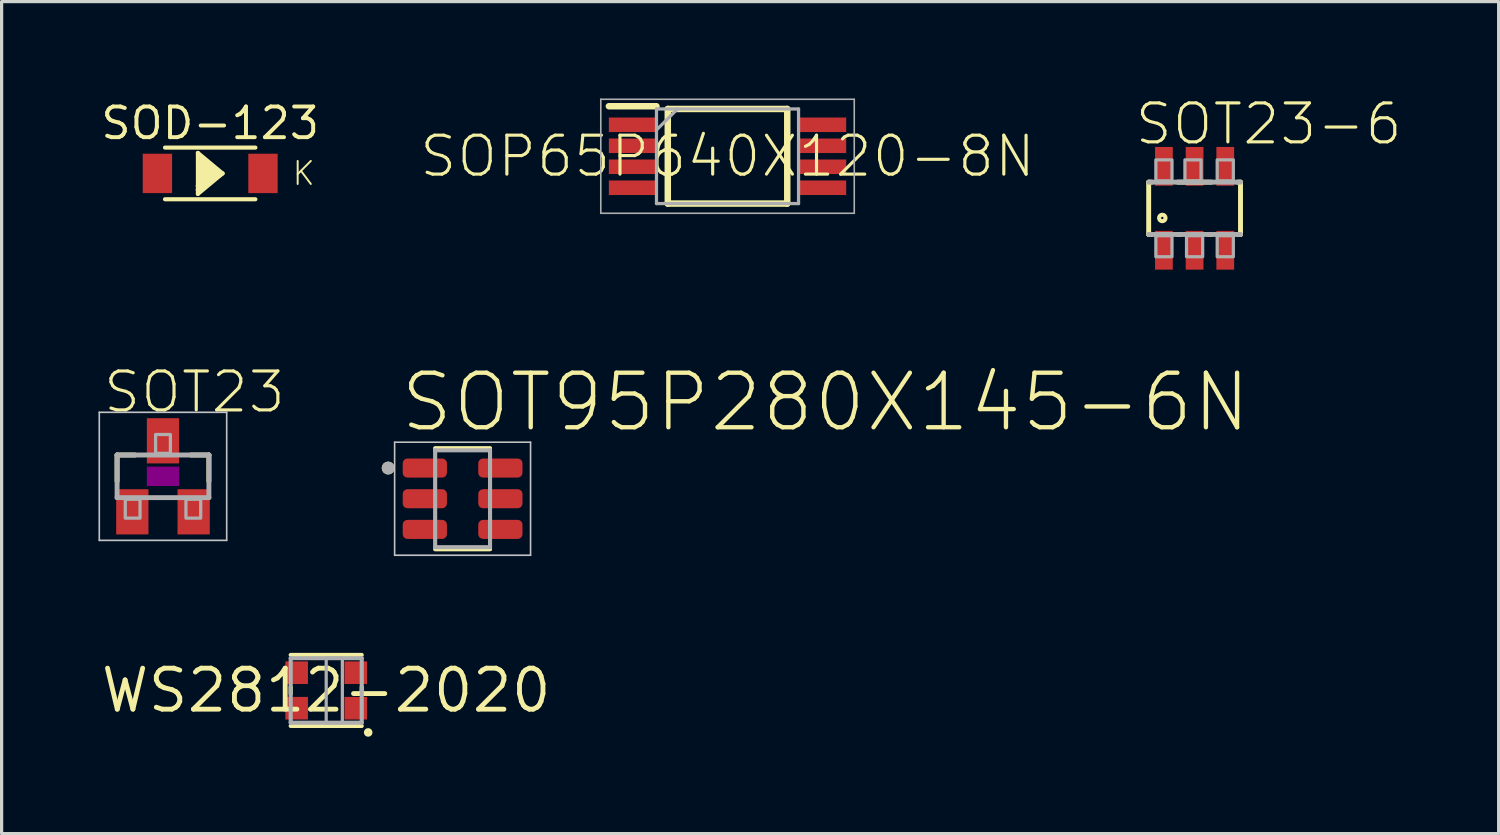
<source format=kicad_pcb>
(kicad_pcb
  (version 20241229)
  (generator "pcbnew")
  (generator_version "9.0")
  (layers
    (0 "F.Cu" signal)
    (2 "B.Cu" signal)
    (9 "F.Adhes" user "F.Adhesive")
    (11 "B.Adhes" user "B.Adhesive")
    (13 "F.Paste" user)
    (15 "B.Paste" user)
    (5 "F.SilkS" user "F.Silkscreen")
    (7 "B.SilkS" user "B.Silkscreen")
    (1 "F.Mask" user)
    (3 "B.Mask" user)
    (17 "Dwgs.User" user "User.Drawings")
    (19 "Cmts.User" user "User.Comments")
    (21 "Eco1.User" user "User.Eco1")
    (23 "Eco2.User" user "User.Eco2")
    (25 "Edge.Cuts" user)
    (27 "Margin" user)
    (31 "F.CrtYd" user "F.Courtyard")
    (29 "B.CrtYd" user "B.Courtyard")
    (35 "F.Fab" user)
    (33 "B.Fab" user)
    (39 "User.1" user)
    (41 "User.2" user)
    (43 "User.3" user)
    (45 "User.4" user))
  (footprint "SOP65P640X120-8N"
    (layer "F.Cu")
    (at 19.482 1.79)
    (property "Reference" "SOP65P640X120-8N" (at 0 0 0) (layer "F.SilkS") (effects (font (size 1.206 1.206) (thickness 0.097))))
    (attr through_hole)
    (fp_line (start -3.675 -1.55) (end -2.2 -1.55) (stroke (width 0.2) (type solid)) (layer "F.SilkS"))
    (fp_line (start -1.85 -1.465) (end 1.85 -1.465) (stroke (width 0.2) (type solid)) (layer "F.SilkS"))
    (fp_line (start -1.85 1.465) (end -1.85 -1.465) (stroke (width 0.2) (type solid)) (layer "F.SilkS"))
    (fp_line (start 1.85 -1.465) (end 1.85 1.465) (stroke (width 0.2) (type solid)) (layer "F.SilkS"))
    (fp_line (start 1.85 1.465) (end -1.85 1.465) (stroke (width 0.2) (type solid)) (layer "F.SilkS"))
    (fp_line (start -3.925 -1.765) (end 3.925 -1.765) (stroke (width 0.05) (type solid)) (layer "F.Fab"))
    (fp_line (start -3.925 1.765) (end -3.925 -1.765) (stroke (width 0.05) (type solid)) (layer "F.Fab"))
    (fp_line (start -2.2 -1.465) (end 2.2 -1.465) (stroke (width 0.1) (type solid)) (layer "F.Fab"))
    (fp_line (start -2.2 -0.815) (end -1.55 -1.465) (stroke (width 0.1) (type solid)) (layer "F.Fab"))
    (fp_line (start -2.2 1.465) (end -2.2 -1.465) (stroke (width 0.1) (type solid)) (layer "F.Fab"))
    (fp_line (start 2.2 -1.465) (end 2.2 1.465) (stroke (width 0.1) (type solid)) (layer "F.Fab"))
    (fp_line (start 2.2 1.465) (end -2.2 1.465) (stroke (width 0.1) (type solid)) (layer "F.Fab"))
    (fp_line (start 3.925 -1.765) (end 3.925 1.765) (stroke (width 0.05) (type solid)) (layer "F.Fab"))
    (fp_line (start 3.925 1.765) (end -3.925 1.765) (stroke (width 0.05) (type solid)) (layer "F.Fab"))
    (pad "1" smd rect (at -2.938 -0.975) (size 1.475 0.45) (layers "F.Cu" "F.Mask" "F.Paste"))
    (pad "2" smd rect (at -2.938 -0.325) (size 1.475 0.45) (layers "F.Cu" "F.Mask" "F.Paste"))
    (pad "3" smd rect (at -2.938 0.325) (size 1.475 0.45) (layers "F.Cu" "F.Mask" "F.Paste"))
    (pad "4" smd rect (at -2.938 0.975) (size 1.475 0.45) (layers "F.Cu" "F.Mask" "F.Paste"))
    (pad "5" smd rect (at 2.938 0.975) (size 1.475 0.45) (layers "F.Cu" "F.Mask" "F.Paste"))
    (pad "6" smd rect (at 2.938 0.325) (size 1.475 0.45) (layers "F.Cu" "F.Mask" "F.Paste"))
    (pad "7" smd rect (at 2.938 -0.325) (size 1.475 0.45) (layers "F.Cu" "F.Mask" "F.Paste"))
    (pad "8" smd rect (at 2.938 -0.975) (size 1.475 0.45) (layers "F.Cu" "F.Mask" "F.Paste")))
  (footprint "WS2812-2020"
    (layer "F.Cu")
    (at 7.053 18.334)
    (property "Reference" "WS2812-2020" (at 0 0 0) (layer "F.SilkS") (effects (font (size 1.27 1.27) (thickness 0.15))))
    (attr through_hole)
    (fp_line (start -1.1 -1.1) (end 1.1 -1.1) (stroke (width 0.127) (type solid)) (layer "F.SilkS"))
    (fp_line (start -1.1 0.1) (end -1.1 -0.1) (stroke (width 0.127) (type solid)) (layer "F.SilkS"))
    (fp_line (start 1.1 0.1) (end 1.1 -0.1) (stroke (width 0.127) (type solid)) (layer "F.SilkS"))
    (fp_line (start 1.1 1.1) (end -1.1 1.1) (stroke (width 0.127) (type solid)) (layer "F.SilkS"))
    (fp_circle (center 1.3 1.3) (end 1.37 1.3) (stroke (width 0.127) (type solid)) (fill no) (layer "F.SilkS"))
    (fp_line (start -1.1 -1) (end -1.1 1) (stroke (width 0.127) (type solid)) (layer "F.Fab"))
    (fp_line (start -1.1 1) (end 1.1 1) (stroke (width 0.127) (type solid)) (layer "F.Fab"))
    (fp_line (start 1.1 -1) (end -1.1 -1) (stroke (width 0.127) (type solid)) (layer "F.Fab"))
    (fp_line (start 1.1 1) (end 1.1 -1) (stroke (width 0.127) (type solid)) (layer "F.Fab"))
    (fp_poly (pts (xy 0 1) (xy 0.5 1) (xy 0.5 -1) (xy 0 -1)) (stroke (width 0.1) (type solid)) (fill no) (layer "F.Fab"))
    (pad "DI" smd rect (at -0.915 -0.55) (size 0.7 0.7) (layers "F.Cu" "F.Mask" "F.Paste"))
    (pad "DO" smd rect (at 0.915 0.55) (size 0.7 0.7) (layers "F.Cu" "F.Mask" "F.Paste"))
    (pad "GND" smd rect (at 0.915 -0.55) (size 0.7 0.7) (layers "F.Cu" "F.Mask" "F.Paste"))
    (pad "VCC" smd rect (at -0.915 0.55) (size 0.7 0.7) (layers "F.Cu" "F.Mask" "F.Paste")))
  (footprint "SOT23-6"
    (layer "F.Cu")
    (at 33.948 3.401)
    (property "Reference" "SOT23-6" (at -1.905 -1.905 0) (layer "F.SilkS") (effects (font (size 1.206 1.206) (thickness 0.097)) (justify left bottom)))
    (attr through_hole)
    (fp_line (start -1.422 -0.81) (end -1.328 -0.81) (stroke (width 0.152) (type solid)) (layer "F.SilkS"))
    (fp_line (start -1.422 0.81) (end -1.422 -0.81) (stroke (width 0.152) (type solid)) (layer "F.SilkS"))
    (fp_line (start -1.328 0.81) (end -1.422 0.81) (stroke (width 0.152) (type solid)) (layer "F.SilkS"))
    (fp_line (start -0.522 -0.81) (end 0.522 -0.81) (stroke (width 0.152) (type solid)) (layer "F.SilkS"))
    (fp_line (start -0.428 0.81) (end -0.522 0.81) (stroke (width 0.152) (type solid)) (layer "F.SilkS"))
    (fp_line (start 0.522 0.81) (end 0.428 0.81) (stroke (width 0.152) (type solid)) (layer "F.SilkS"))
    (fp_line (start 1.328 -0.81) (end 1.422 -0.81) (stroke (width 0.152) (type solid)) (layer "F.SilkS"))
    (fp_line (start 1.422 -0.81) (end 1.422 0.81) (stroke (width 0.152) (type solid)) (layer "F.SilkS"))
    (fp_line (start 1.422 0.81) (end 1.328 0.81) (stroke (width 0.152) (type solid)) (layer "F.SilkS"))
    (fp_circle (center -1 0.3) (end -0.9 0.3) (stroke (width 0.127) (type solid)) (fill no) (layer "F.SilkS"))
    (fp_line (start -1.422 -0.81) (end 1.422 -0.81) (stroke (width 0.152) (type solid)) (layer "F.Fab"))
    (fp_line (start 1.422 0.81) (end -1.422 0.81) (stroke (width 0.152) (type solid)) (layer "F.Fab"))
    (fp_poly (pts (xy -1.2 -0.85) (xy -0.7 -0.85) (xy -0.7 -1.5) (xy -1.2 -1.5)) (stroke (width 0.1) (type solid)) (fill no) (layer "F.Fab"))
    (fp_poly (pts (xy -1.2 1.5) (xy -0.7 1.5) (xy -0.7 0.85) (xy -1.2 0.85)) (stroke (width 0.1) (type solid)) (fill no) (layer "F.Fab"))
    (fp_poly (pts (xy -0.3 -0.85) (xy 0.2 -0.85) (xy 0.2 -1.5) (xy -0.3 -1.5)) (stroke (width 0.1) (type solid)) (fill no) (layer "F.Fab"))
    (fp_poly (pts (xy -0.25 1.5) (xy 0.25 1.5) (xy 0.25 0.85) (xy -0.25 0.85)) (stroke (width 0.1) (type solid)) (fill no) (layer "F.Fab"))
    (fp_poly (pts (xy 0.7 -0.85) (xy 1.2 -0.85) (xy 1.2 -1.5) (xy 0.7 -1.5)) (stroke (width 0.1) (type solid)) (fill no) (layer "F.Fab"))
    (fp_poly (pts (xy 0.7 1.5) (xy 1.2 1.5) (xy 1.2 0.85) (xy 0.7 0.85)) (stroke (width 0.1) (type solid)) (fill no) (layer "F.Fab"))
    (pad "1" smd rect (at -0.95 1.3) (size 0.55 1.2) (layers "F.Cu" "F.Mask" "F.Paste"))
    (pad "2" smd rect (at 0 1.3) (size 0.55 1.2) (layers "F.Cu" "F.Mask" "F.Paste"))
    (pad "3" smd rect (at 0.95 1.3) (size 0.55 1.2) (layers "F.Cu" "F.Mask" "F.Paste"))
    (pad "4" smd rect (at 0.95 -1.3) (size 0.55 1.2) (layers "F.Cu" "F.Mask" "F.Paste"))
    (pad "5" smd rect (at 0 -1.3) (size 0.55 1.2) (layers "F.Cu" "F.Mask" "F.Paste"))
    (pad "6" smd rect (at -0.95 -1.3) (size 0.55 1.2) (layers "F.Cu" "F.Mask" "F.Paste")))
  (footprint "SOT95P280X145-6N"
    (layer "F.Cu")
    (at 11.277 12.396)
    (property "Reference" "SOT95P280X145-6N" (at -2 -2 0) (layer "F.SilkS") (effects (font (size 1.689 1.689) (thickness 0.135)) (justify left bottom)))
    (attr through_hole)
    (fp_line (start -0.85 -1.565) (end 0.85 -1.565) (stroke (width 0.127) (type solid)) (layer "F.SilkS"))
    (fp_line (start 0.85 1.565) (end -0.85 1.565) (stroke (width 0.127) (type solid)) (layer "F.SilkS"))
    (fp_circle (center -2.305 -0.95) (end -2.205 -0.95) (stroke (width 0.2) (type solid)) (fill no) (layer "F.SilkS"))
    (fp_line (start -2.105 -1.75) (end 2.105 -1.75) (stroke (width 0.05) (type solid)) (layer "Dwgs.User"))
    (fp_line (start -2.105 1.75) (end -2.105 -1.75) (stroke (width 0.05) (type solid)) (layer "Dwgs.User"))
    (fp_line (start 2.105 -1.75) (end 2.105 1.75) (stroke (width 0.05) (type solid)) (layer "Dwgs.User"))
    (fp_line (start 2.105 1.75) (end -2.105 1.75) (stroke (width 0.05) (type solid)) (layer "Dwgs.User"))
    (fp_line (start -0.85 -1.5) (end 0.85 -1.5) (stroke (width 0.127) (type solid)) (layer "F.Fab"))
    (fp_line (start -0.85 1.5) (end -0.85 -1.5) (stroke (width 0.127) (type solid)) (layer "F.Fab"))
    (fp_line (start 0.85 -1.5) (end 0.85 1.5) (stroke (width 0.127) (type solid)) (layer "F.Fab"))
    (fp_line (start 0.85 1.5) (end -0.85 1.5) (stroke (width 0.127) (type solid)) (layer "F.Fab"))
    (fp_circle (center -2.305 -0.95) (end -2.205 -0.95) (stroke (width 0.2) (type solid)) (fill no) (layer "F.Fab"))
    (pad "1" smd roundrect (at -1.17 -0.95) (size 1.37 0.59) (layers "F.Cu" "F.Mask" "F.Paste") (roundrect_rratio 0.25))
    (pad "2" smd roundrect (at -1.17 0) (size 1.37 0.59) (layers "F.Cu" "F.Mask" "F.Paste") (roundrect_rratio 0.25))
    (pad "3" smd roundrect (at -1.17 0.95) (size 1.37 0.59) (layers "F.Cu" "F.Mask" "F.Paste") (roundrect_rratio 0.25))
    (pad "4" smd roundrect (at 1.17 0.95 180) (size 1.37 0.59) (layers "F.Cu" "F.Mask" "F.Paste") (roundrect_rratio 0.25))
    (pad "5" smd roundrect (at 1.17 0 180) (size 1.37 0.59) (layers "F.Cu" "F.Mask" "F.Paste") (roundrect_rratio 0.25))
    (pad "6" smd roundrect (at 1.17 -0.95 180) (size 1.37 0.59) (layers "F.Cu" "F.Mask" "F.Paste") (roundrect_rratio 0.25)))
  (footprint "SOT23"
    (layer "F.Cu")
    (at 1.998 11.702)
    (property "Reference" "SOT23" (at -1.905 -1.905 0) (layer "F.SilkS") (effects (font (size 1.206 1.206) (thickness 0.097)) (justify left bottom)))
    (attr through_hole)
    (fp_line (start -1.422 -0.66) (end -0.864 -0.66) (stroke (width 0.152) (type solid)) (layer "F.SilkS"))
    (fp_line (start -1.422 0.152) (end -1.422 -0.66) (stroke (width 0.152) (type solid)) (layer "F.SilkS"))
    (fp_line (start 0.864 -0.66) (end 1.422 -0.66) (stroke (width 0.152) (type solid)) (layer "F.SilkS"))
    (fp_line (start 1.422 -0.66) (end 1.422 0.152) (stroke (width 0.152) (type solid)) (layer "F.SilkS"))
    (fp_poly (pts (xy -0.5 0.3) (xy 0.5 0.3) (xy 0.5 -0.3) (xy -0.5 -0.3)) (stroke (width 0) (type solid)) (fill yes) (layer "F.Adhes"))
    (fp_line (start -1.973 -1.983) (end 1.973 -1.983) (stroke (width 0.051) (type solid)) (layer "Dwgs.User"))
    (fp_line (start -1.973 1.983) (end -1.973 -1.983) (stroke (width 0.051) (type solid)) (layer "Dwgs.User"))
    (fp_line (start 1.973 -1.983) (end 1.973 1.983) (stroke (width 0.051) (type solid)) (layer "Dwgs.User"))
    (fp_line (start 1.973 1.983) (end -1.973 1.983) (stroke (width 0.051) (type solid)) (layer "Dwgs.User"))
    (fp_line (start -1.422 -0.66) (end 1.422 -0.66) (stroke (width 0.152) (type solid)) (layer "F.Fab"))
    (fp_line (start -1.422 0.66) (end -1.422 -0.66) (stroke (width 0.152) (type solid)) (layer "F.Fab"))
    (fp_line (start 1.422 -0.66) (end 1.422 0.66) (stroke (width 0.152) (type solid)) (layer "F.Fab"))
    (fp_line (start 1.422 0.66) (end -1.422 0.66) (stroke (width 0.152) (type solid)) (layer "F.Fab"))
    (fp_poly (pts (xy -1.168 1.295) (xy -0.711 1.295) (xy -0.711 0.711) (xy -1.168 0.711)) (stroke (width 0.1) (type solid)) (fill no) (layer "F.Fab"))
    (fp_poly (pts (xy -0.229 -0.711) (xy 0.229 -0.711) (xy 0.229 -1.295) (xy -0.229 -1.295)) (stroke (width 0.1) (type solid)) (fill no) (layer "F.Fab"))
    (fp_poly (pts (xy 0.711 1.295) (xy 1.168 1.295) (xy 1.168 0.711) (xy 0.711 0.711)) (stroke (width 0.1) (type solid)) (fill no) (layer "F.Fab"))
    (pad "1" smd rect (at -0.95 1.1) (size 1 1.4) (layers "F.Cu" "F.Mask" "F.Paste"))
    (pad "2" smd rect (at 0.95 1.1) (size 1 1.4) (layers "F.Cu" "F.Mask" "F.Paste"))
    (pad "3" smd rect (at 0 -1.1) (size 1 1.4) (layers "F.Cu" "F.Mask" "F.Paste")))
  (footprint "SOD-123"
    (layer "F.Cu")
    (at 3.46 2.321)
    (property "Reference" "SOD-123" (at 0 -1 0) (layer "F.SilkS") (effects (font (size 0.95 0.95) (thickness 0.123)) (justify bottom)))
    (attr through_hole)
    (fp_line (start -1.4 -0.8) (end 1.4 -0.8) (stroke (width 0.127) (type solid)) (layer "F.SilkS"))
    (fp_line (start -0.381 -0.635) (end 0.381 0) (stroke (width 0.127) (type solid)) (layer "F.SilkS"))
    (fp_line (start -0.381 0.381) (end -0.381 -0.635) (stroke (width 0.127) (type solid)) (layer "F.SilkS"))
    (fp_line (start -0.381 0.381) (end -0.254 -0.381) (stroke (width 0.127) (type solid)) (layer "F.SilkS"))
    (fp_line (start -0.381 0.508) (end -0.381 0.381) (stroke (width 0.127) (type solid)) (layer "F.SilkS"))
    (fp_line (start -0.381 0.508) (end -0.254 -0.508) (stroke (width 0.127) (type solid)) (layer "F.SilkS"))
    (fp_line (start -0.381 0.635) (end -0.381 0.508) (stroke (width 0.127) (type solid)) (layer "F.SilkS"))
    (fp_line (start -0.254 -0.508) (end 0.254 0) (stroke (width 0.127) (type solid)) (layer "F.SilkS"))
    (fp_line (start -0.254 -0.381) (end 0.127 0) (stroke (width 0.127) (type solid)) (layer "F.SilkS"))
    (fp_line (start -0.254 -0.254) (end -0.127 -0.127) (stroke (width 0.127) (type solid)) (layer "F.SilkS"))
    (fp_line (start -0.254 0.127) (end -0.254 -0.254) (stroke (width 0.127) (type solid)) (layer "F.SilkS"))
    (fp_line (start -0.254 0.127) (end -0.127 -0.127) (stroke (width 0.127) (type solid)) (layer "F.SilkS"))
    (fp_line (start -0.254 0.254) (end -0.254 0.127) (stroke (width 0.127) (type solid)) (layer "F.SilkS"))
    (fp_line (start -0.127 -0.127) (end -0.127 0) (stroke (width 0.127) (type solid)) (layer "F.SilkS"))
    (fp_line (start -0.127 -0.127) (end 0 0) (stroke (width 0.127) (type solid)) (layer "F.SilkS"))
    (fp_line (start 0 0) (end -0.254 0.127) (stroke (width 0.127) (type solid)) (layer "F.SilkS"))
    (fp_line (start 0.127 0) (end -0.254 0.254) (stroke (width 0.127) (type solid)) (layer "F.SilkS"))
    (fp_line (start 0.254 0) (end -0.381 0.381) (stroke (width 0.127) (type solid)) (layer "F.SilkS"))
    (fp_line (start 0.381 0) (end -0.381 0.508) (stroke (width 0.127) (type solid)) (layer "F.SilkS"))
    (fp_line (start 0.381 0) (end -0.381 0.635) (stroke (width 0.127) (type solid)) (layer "F.SilkS"))
    (fp_line (start 1.4 0.8) (end -1.4 0.8) (stroke (width 0.127) (type solid)) (layer "F.SilkS"))
    (fp_text user "K" (at 2.5 0 0) (layer "F.SilkS") (effects (font (size 0.713 0.713) (thickness 0.06)) (justify left)))
    (pad "A" smd rect (at -1.635 0) (size 0.91 1.22) (layers "F.Cu" "F.Mask" "F.Paste"))
    (pad "C" smd rect (at 1.635 0) (size 0.91 1.22) (layers "F.Cu" "F.Mask" "F.Paste")))
  (gr_rect
    (start -3 -3)
    (end 43.365 22.768)
    (stroke (width 0.1) (type default))
    (fill no)
    (layer "Edge.Cuts")))
</source>
